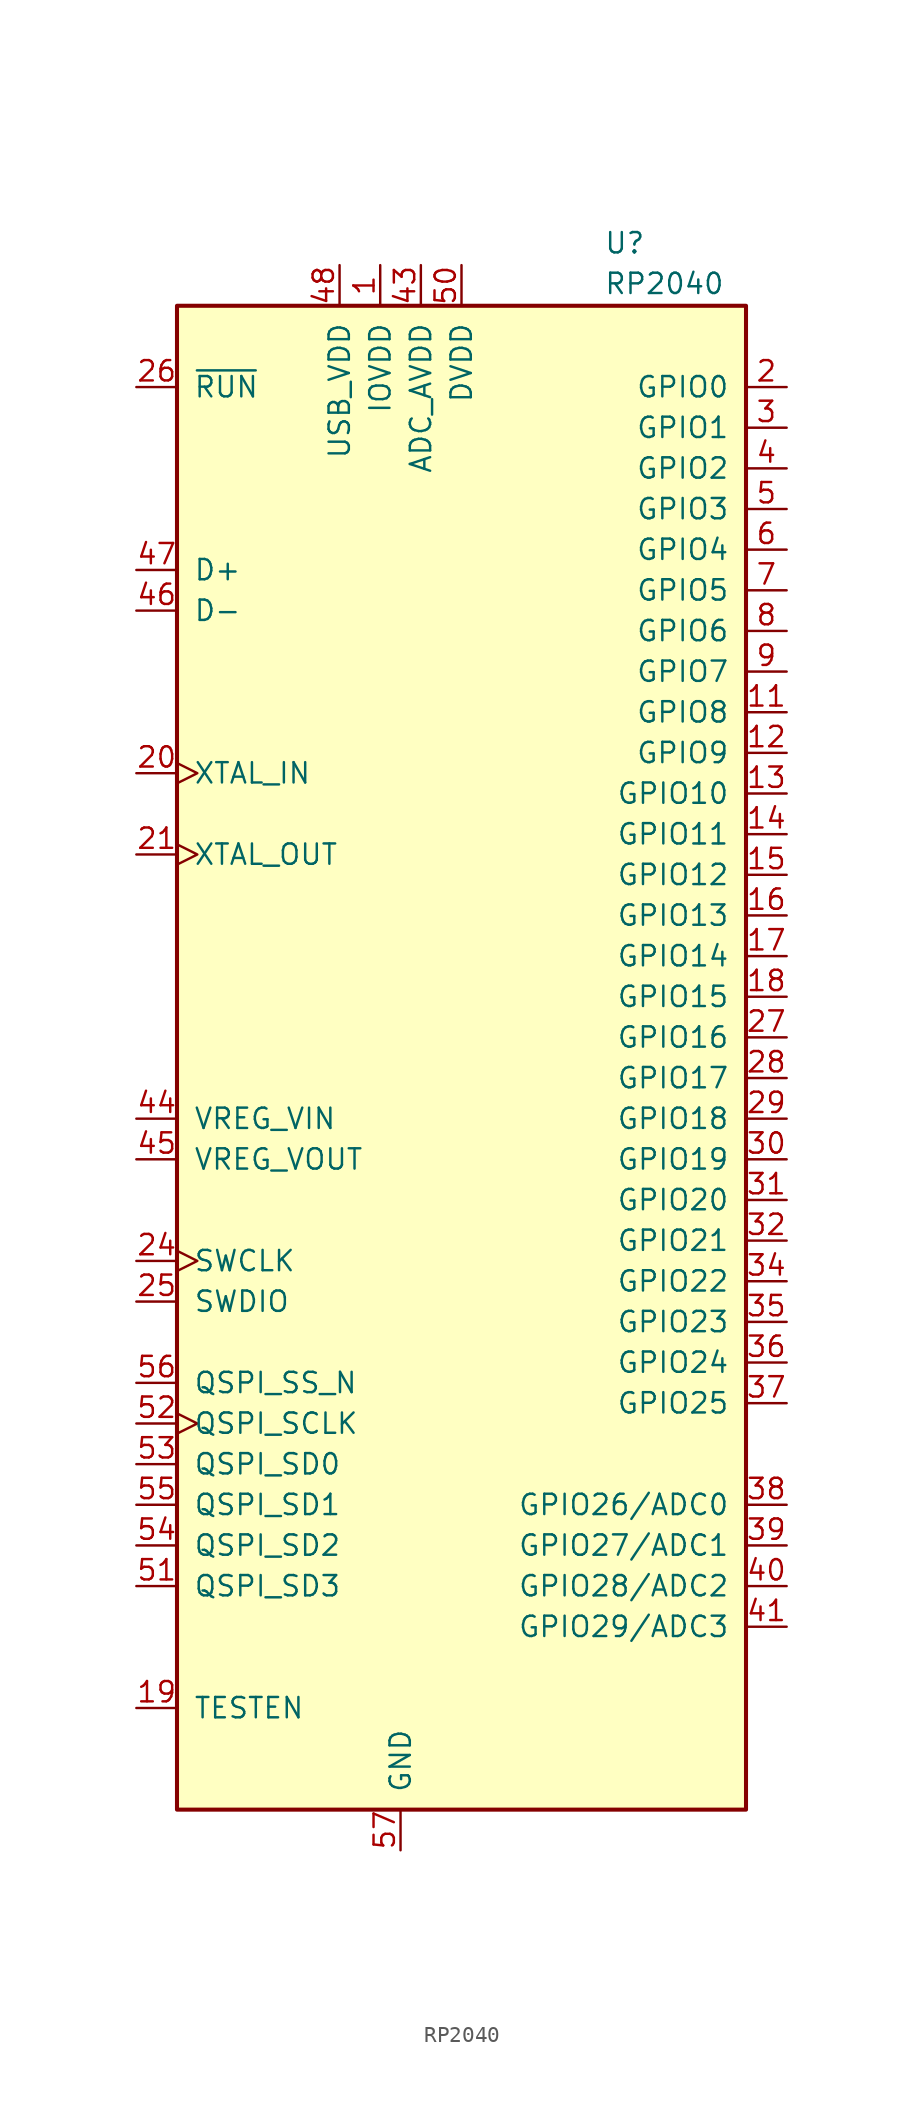
<source format=kicad_sym>
(kicad_symbol_lib
  (version 20211014)
  (generator kicad_symbol_editor)
  (symbol "RP2040"
    (pin_names
      (offset 1.016))
    (property "Reference" "U"
      (at 8.89 51.435 0)
      (effects (font (size 1.27 1.27)) (justify left bottom)))
    (property "Value" "RP2040"
      (at 8.89 48.895 0)
      (effects (font (size 1.27 1.27)) (justify left bottom)))
    (symbol "RP2040_0_0"
      (rectangle (start -17.78 -45.72) (end 17.78 48.26) (stroke (width 0.254) (type default) (color 0 0 0 0)) (fill (type background))))
    (symbol "RP2040_1_1"
      (pin power_in line (at -5.08 50.8 270) (length 2.54) (name "IOVDD" (effects (font (size 1.27 1.27)))) (number "1" (effects (font (size 1.27 1.27)))))
      (pin power_in line (at -5.08 50.8 270) (length 2.54) hide (name "IOVDD" (effects (font (size 1.27 1.27)))) (number "10" (effects (font (size 1.27 1.27)))))
      (pin input line (at 20.32 22.86 180) (length 2.54) (name "GPIO8" (effects (font (size 1.27 1.27)))) (number "11" (effects (font (size 1.27 1.27)))))
      (pin input line (at 20.32 20.32 180) (length 2.54) (name "GPIO9" (effects (font (size 1.27 1.27)))) (number "12" (effects (font (size 1.27 1.27)))))
      (pin input line (at 20.32 17.78 180) (length 2.54) (name "GPIO10" (effects (font (size 1.27 1.27)))) (number "13" (effects (font (size 1.27 1.27)))))
      (pin input line (at 20.32 15.24 180) (length 2.54) (name "GPIO11" (effects (font (size 1.27 1.27)))) (number "14" (effects (font (size 1.27 1.27)))))
      (pin input line (at 20.32 12.7 180) (length 2.54) (name "GPIO12" (effects (font (size 1.27 1.27)))) (number "15" (effects (font (size 1.27 1.27)))))
      (pin input line (at 20.32 10.16 180) (length 2.54) (name "GPIO13" (effects (font (size 1.27 1.27)))) (number "16" (effects (font (size 1.27 1.27)))))
      (pin input line (at 20.32 7.62 180) (length 2.54) (name "GPIO14" (effects (font (size 1.27 1.27)))) (number "17" (effects (font (size 1.27 1.27)))))
      (pin input line (at 20.32 5.08 180) (length 2.54) (name "GPIO15" (effects (font (size 1.27 1.27)))) (number "18" (effects (font (size 1.27 1.27)))))
      (pin input line (at -20.32 -39.37 0) (length 2.54) (name "TESTEN" (effects (font (size 1.27 1.27)))) (number "19" (effects (font (size 1.27 1.27)))))
      (pin input line (at 20.32 43.18 180) (length 2.54) (name "GPIO0" (effects (font (size 1.27 1.27)))) (number "2" (effects (font (size 1.27 1.27)))))
      (pin input clock (at -20.32 19.05 0) (length 2.54) (name "XTAL_IN" (effects (font (size 1.27 1.27)))) (number "20" (effects (font (size 1.27 1.27)))))
      (pin input clock (at -20.32 13.97 0) (length 2.54) (name "XTAL_OUT" (effects (font (size 1.27 1.27)))) (number "21" (effects (font (size 1.27 1.27)))))
      (pin power_in line (at -5.08 50.8 270) (length 2.54) hide (name "IOVDD" (effects (font (size 1.27 1.27)))) (number "22" (effects (font (size 1.27 1.27)))))
      (pin power_in line (at 0 50.8 270) (length 2.54) hide (name "DVDD" (effects (font (size 1.27 1.27)))) (number "23" (effects (font (size 1.27 1.27)))))
      (pin input clock (at -20.32 -11.43 0) (length 2.54) (name "SWCLK" (effects (font (size 1.27 1.27)))) (number "24" (effects (font (size 1.27 1.27)))))
      (pin bidirectional line (at -20.32 -13.97 0) (length 2.54) (name "SWDIO" (effects (font (size 1.27 1.27)))) (number "25" (effects (font (size 1.27 1.27)))))
      (pin input line (at -20.32 43.18 0) (length 2.54) (name "~{RUN}" (effects (font (size 1.27 1.27)))) (number "26" (effects (font (size 1.27 1.27)))))
      (pin input line (at 20.32 2.54 180) (length 2.54) (name "GPIO16" (effects (font (size 1.27 1.27)))) (number "27" (effects (font (size 1.27 1.27)))))
      (pin input line (at 20.32 0 180) (length 2.54) (name "GPIO17" (effects (font (size 1.27 1.27)))) (number "28" (effects (font (size 1.27 1.27)))))
      (pin input line (at 20.32 -2.54 180) (length 2.54) (name "GPIO18" (effects (font (size 1.27 1.27)))) (number "29" (effects (font (size 1.27 1.27)))))
      (pin input line (at 20.32 40.64 180) (length 2.54) (name "GPIO1" (effects (font (size 1.27 1.27)))) (number "3" (effects (font (size 1.27 1.27)))))
      (pin input line (at 20.32 -5.08 180) (length 2.54) (name "GPIO19" (effects (font (size 1.27 1.27)))) (number "30" (effects (font (size 1.27 1.27)))))
      (pin input line (at 20.32 -7.62 180) (length 2.54) (name "GPIO20" (effects (font (size 1.27 1.27)))) (number "31" (effects (font (size 1.27 1.27)))))
      (pin input line (at 20.32 -10.16 180) (length 2.54) (name "GPIO21" (effects (font (size 1.27 1.27)))) (number "32" (effects (font (size 1.27 1.27)))))
      (pin power_in line (at -5.08 50.8 270) (length 2.54) hide (name "IOVDD" (effects (font (size 1.27 1.27)))) (number "33" (effects (font (size 1.27 1.27)))))
      (pin input line (at 20.32 -12.7 180) (length 2.54) (name "GPIO22" (effects (font (size 1.27 1.27)))) (number "34" (effects (font (size 1.27 1.27)))))
      (pin input line (at 20.32 -15.24 180) (length 2.54) (name "GPIO23" (effects (font (size 1.27 1.27)))) (number "35" (effects (font (size 1.27 1.27)))))
      (pin input line (at 20.32 -17.78 180) (length 2.54) (name "GPIO24" (effects (font (size 1.27 1.27)))) (number "36" (effects (font (size 1.27 1.27)))))
      (pin input line (at 20.32 -20.32 180) (length 2.54) (name "GPIO25" (effects (font (size 1.27 1.27)))) (number "37" (effects (font (size 1.27 1.27)))))
      (pin input line (at 20.32 -26.67 180) (length 2.54) (name "GPIO26/ADC0" (effects (font (size 1.27 1.27)))) (number "38" (effects (font (size 1.27 1.27)))))
      (pin input line (at 20.32 -29.21 180) (length 2.54) (name "GPIO27/ADC1" (effects (font (size 1.27 1.27)))) (number "39" (effects (font (size 1.27 1.27)))))
      (pin input line (at 20.32 38.1 180) (length 2.54) (name "GPIO2" (effects (font (size 1.27 1.27)))) (number "4" (effects (font (size 1.27 1.27)))))
      (pin input line (at 20.32 -31.75 180) (length 2.54) (name "GPIO28/ADC2" (effects (font (size 1.27 1.27)))) (number "40" (effects (font (size 1.27 1.27)))))
      (pin input line (at 20.32 -34.29 180) (length 2.54) (name "GPIO29/ADC3" (effects (font (size 1.27 1.27)))) (number "41" (effects (font (size 1.27 1.27)))))
      (pin power_in line (at -5.08 50.8 270) (length 2.54) hide (name "IOVDD" (effects (font (size 1.27 1.27)))) (number "42" (effects (font (size 1.27 1.27)))))
      (pin power_in line (at -2.54 50.8 270) (length 2.54) (name "ADC_AVDD" (effects (font (size 1.27 1.27)))) (number "43" (effects (font (size 1.27 1.27)))))
      (pin power_in line (at -20.32 -2.54 0) (length 2.54) (name "VREG_VIN" (effects (font (size 1.27 1.27)))) (number "44" (effects (font (size 1.27 1.27)))))
      (pin power_out line (at -20.32 -5.08 0) (length 2.54) (name "VREG_VOUT" (effects (font (size 1.27 1.27)))) (number "45" (effects (font (size 1.27 1.27)))))
      (pin bidirectional line (at -20.32 29.21 0) (length 2.54) (name "D-" (effects (font (size 1.27 1.27)))) (number "46" (effects (font (size 1.27 1.27)))))
      (pin bidirectional line (at -20.32 31.75 0) (length 2.54) (name "D+" (effects (font (size 1.27 1.27)))) (number "47" (effects (font (size 1.27 1.27)))))
      (pin power_in line (at -7.62 50.8 270) (length 2.54) (name "USB_VDD" (effects (font (size 1.27 1.27)))) (number "48" (effects (font (size 1.27 1.27)))))
      (pin power_in line (at -5.08 50.8 270) (length 2.54) hide (name "IOVDD" (effects (font (size 1.27 1.27)))) (number "49" (effects (font (size 1.27 1.27)))))
      (pin input line (at 20.32 35.56 180) (length 2.54) (name "GPIO3" (effects (font (size 1.27 1.27)))) (number "5" (effects (font (size 1.27 1.27)))))
      (pin power_in line (at 0 50.8 270) (length 2.54) (name "DVDD" (effects (font (size 1.27 1.27)))) (number "50" (effects (font (size 1.27 1.27)))))
      (pin bidirectional line (at -20.32 -31.75 0) (length 2.54) (name "QSPI_SD3" (effects (font (size 1.27 1.27)))) (number "51" (effects (font (size 1.27 1.27)))))
      (pin output clock (at -20.32 -21.59 0) (length 2.54) (name "QSPI_SCLK" (effects (font (size 1.27 1.27)))) (number "52" (effects (font (size 1.27 1.27)))))
      (pin bidirectional line (at -20.32 -24.13 0) (length 2.54) (name "QSPI_SD0" (effects (font (size 1.27 1.27)))) (number "53" (effects (font (size 1.27 1.27)))))
      (pin bidirectional line (at -20.32 -29.21 0) (length 2.54) (name "QSPI_SD2" (effects (font (size 1.27 1.27)))) (number "54" (effects (font (size 1.27 1.27)))))
      (pin bidirectional line (at -20.32 -26.67 0) (length 2.54) (name "QSPI_SD1" (effects (font (size 1.27 1.27)))) (number "55" (effects (font (size 1.27 1.27)))))
      (pin bidirectional line (at -20.32 -19.05 0) (length 2.54) (name "QSPI_SS_N" (effects (font (size 1.27 1.27)))) (number "56" (effects (font (size 1.27 1.27)))))
      (pin power_in line (at -3.81 -48.26 90) (length 2.54) (name "GND" (effects (font (size 1.27 1.27)))) (number "57" (effects (font (size 1.27 1.27)))))
      (pin input line (at 20.32 33.02 180) (length 2.54) (name "GPIO4" (effects (font (size 1.27 1.27)))) (number "6" (effects (font (size 1.27 1.27)))))
      (pin input line (at 20.32 30.48 180) (length 2.54) (name "GPIO5" (effects (font (size 1.27 1.27)))) (number "7" (effects (font (size 1.27 1.27)))))
      (pin input line (at 20.32 27.94 180) (length 2.54) (name "GPIO6" (effects (font (size 1.27 1.27)))) (number "8" (effects (font (size 1.27 1.27)))))
      (pin input line (at 20.32 25.4 180) (length 2.54) (name "GPIO7" (effects (font (size 1.27 1.27)))) (number "9" (effects (font (size 1.27 1.27))))))))
</source>
